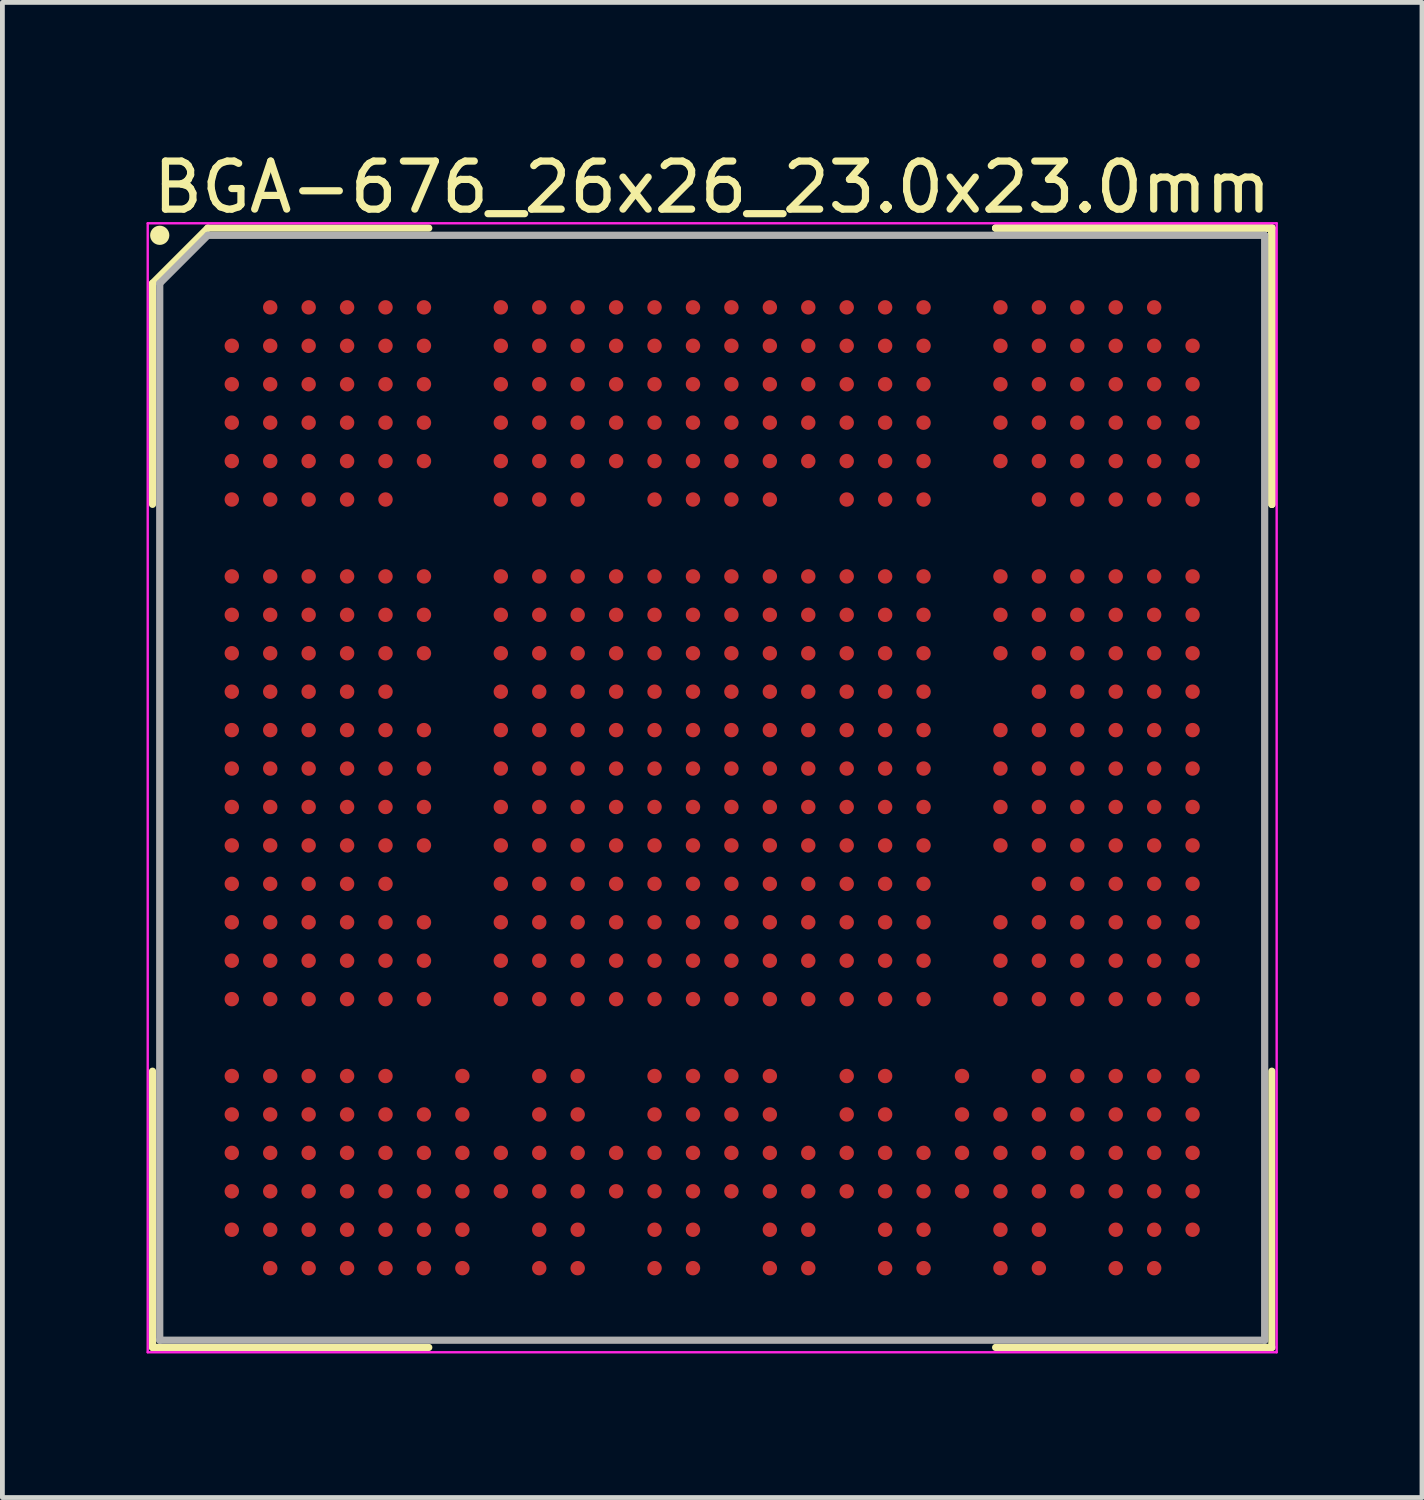
<source format=kicad_pcb>
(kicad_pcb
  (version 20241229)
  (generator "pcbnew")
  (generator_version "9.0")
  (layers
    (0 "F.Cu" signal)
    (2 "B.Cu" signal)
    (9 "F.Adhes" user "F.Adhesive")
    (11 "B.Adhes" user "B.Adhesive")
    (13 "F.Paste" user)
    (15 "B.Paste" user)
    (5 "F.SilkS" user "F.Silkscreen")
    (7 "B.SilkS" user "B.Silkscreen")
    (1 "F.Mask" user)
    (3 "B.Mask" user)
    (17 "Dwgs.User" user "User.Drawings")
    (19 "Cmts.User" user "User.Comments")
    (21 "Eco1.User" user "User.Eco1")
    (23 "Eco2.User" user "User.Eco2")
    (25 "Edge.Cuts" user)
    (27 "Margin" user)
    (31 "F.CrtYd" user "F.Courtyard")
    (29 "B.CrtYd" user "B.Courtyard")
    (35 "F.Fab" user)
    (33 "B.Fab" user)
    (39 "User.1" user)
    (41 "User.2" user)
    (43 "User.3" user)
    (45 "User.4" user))
  (footprint "BGA-676_26x26_23.0x23.0mm"
    (layer "F.Cu")
    (at 11.775 13.348)
    (property "Reference" "BGA-676_26x26_23.0x23.0mm" (at 0 -12.5 0) (layer "F.SilkS") (effects (font (size 1 1) (thickness 0.15))))
    (attr smd)
    (fp_line (start -11.65 -10.5) (end -11.65 -5.9) (stroke (width 0.15) (type solid)) (layer "F.SilkS"))
    (fp_line (start -11.65 11.65) (end -11.65 5.9) (stroke (width 0.15) (type solid)) (layer "F.SilkS"))
    (fp_line (start -10.5 -11.65) (end -11.65 -10.5) (stroke (width 0.15) (type solid)) (layer "F.SilkS"))
    (fp_line (start -5.9 -11.65) (end -10.5 -11.65) (stroke (width 0.15) (type solid)) (layer "F.SilkS"))
    (fp_line (start -5.9 11.65) (end -11.65 11.65) (stroke (width 0.15) (type solid)) (layer "F.SilkS"))
    (fp_line (start 5.9 -11.65) (end 11.65 -11.65) (stroke (width 0.15) (type solid)) (layer "F.SilkS"))
    (fp_line (start 5.9 -11.65) (end 11.65 -11.65) (stroke (width 0.15) (type solid)) (layer "F.SilkS"))
    (fp_line (start 5.9 -11.65) (end 11.65 -11.65) (stroke (width 0.15) (type solid)) (layer "F.SilkS"))
    (fp_line (start 5.9 11.65) (end 11.65 11.65) (stroke (width 0.15) (type solid)) (layer "F.SilkS"))
    (fp_line (start 11.65 -11.65) (end 11.65 -5.9) (stroke (width 0.15) (type solid)) (layer "F.SilkS"))
    (fp_line (start 11.65 -11.65) (end 11.65 -5.9) (stroke (width 0.15) (type solid)) (layer "F.SilkS"))
    (fp_line (start 11.65 -11.65) (end 11.65 -5.9) (stroke (width 0.15) (type solid)) (layer "F.SilkS"))
    (fp_line (start 11.65 11.65) (end 11.65 5.9) (stroke (width 0.15) (type solid)) (layer "F.SilkS"))
    (fp_circle (center -11.5 -11.5) (end -11.5 -11.4) (stroke (width 0.2) (type solid)) (fill no) (layer "F.SilkS"))
    (fp_line (start -11.75 -11.75) (end 11.75 -11.75) (stroke (width 0.05) (type solid)) (layer "F.CrtYd"))
    (fp_line (start -11.75 11.75) (end -11.75 -11.75) (stroke (width 0.05) (type solid)) (layer "F.CrtYd"))
    (fp_line (start 11.75 -11.75) (end 11.75 11.75) (stroke (width 0.05) (type solid)) (layer "F.CrtYd"))
    (fp_line (start 11.75 11.75) (end -11.75 11.75) (stroke (width 0.05) (type solid)) (layer "F.CrtYd"))
    (fp_line (start -11.5 -10.5) (end -11.5 11.5) (stroke (width 0.15) (type solid)) (layer "F.Fab"))
    (fp_line (start -11.5 11.5) (end 11.5 11.5) (stroke (width 0.15) (type solid)) (layer "F.Fab"))
    (fp_line (start -10.5 -11.5) (end -11.5 -10.5) (stroke (width 0.15) (type solid)) (layer "F.Fab"))
    (fp_line (start 11.5 -11.5) (end -10.5 -11.5) (stroke (width 0.15) (type solid)) (layer "F.Fab"))
    (fp_line (start 11.5 11.5) (end 11.5 -11.5) (stroke (width 0.15) (type solid)) (layer "F.Fab"))
    (pad "A2" smd circle (at -9.2 -10) (size 0.3 0.3) (layers "F.Cu" "F.Mask" "F.Paste"))
    (pad "A3" smd circle (at -8.4 -10) (size 0.3 0.3) (layers "F.Cu" "F.Mask" "F.Paste"))
    (pad "A4" smd circle (at -7.6 -10) (size 0.3 0.3) (layers "F.Cu" "F.Mask" "F.Paste"))
    (pad "A5" smd circle (at -6.8 -10) (size 0.3 0.3) (layers "F.Cu" "F.Mask" "F.Paste"))
    (pad "A6" smd circle (at -6 -10) (size 0.3 0.3) (layers "F.Cu" "F.Mask" "F.Paste"))
    (pad "A8" smd circle (at -4.4 -10) (size 0.3 0.3) (layers "F.Cu" "F.Mask" "F.Paste"))
    (pad "A9" smd circle (at -3.6 -10) (size 0.3 0.3) (layers "F.Cu" "F.Mask" "F.Paste"))
    (pad "A10" smd circle (at -2.8 -10) (size 0.3 0.3) (layers "F.Cu" "F.Mask" "F.Paste"))
    (pad "A11" smd circle (at -2 -10) (size 0.3 0.3) (layers "F.Cu" "F.Mask" "F.Paste"))
    (pad "A12" smd circle (at -1.2 -10) (size 0.3 0.3) (layers "F.Cu" "F.Mask" "F.Paste"))
    (pad "A13" smd circle (at -0.4 -10) (size 0.3 0.3) (layers "F.Cu" "F.Mask" "F.Paste"))
    (pad "A14" smd circle (at 0.4 -10) (size 0.3 0.3) (layers "F.Cu" "F.Mask" "F.Paste"))
    (pad "A15" smd circle (at 1.2 -10) (size 0.3 0.3) (layers "F.Cu" "F.Mask" "F.Paste"))
    (pad "A16" smd circle (at 2 -10) (size 0.3 0.3) (layers "F.Cu" "F.Mask" "F.Paste"))
    (pad "A17" smd circle (at 2.8 -10) (size 0.3 0.3) (layers "F.Cu" "F.Mask" "F.Paste"))
    (pad "A18" smd circle (at 3.6 -10) (size 0.3 0.3) (layers "F.Cu" "F.Mask" "F.Paste"))
    (pad "A19" smd circle (at 4.4 -10) (size 0.3 0.3) (layers "F.Cu" "F.Mask" "F.Paste"))
    (pad "A21" smd circle (at 6 -10) (size 0.3 0.3) (layers "F.Cu" "F.Mask" "F.Paste"))
    (pad "A22" smd circle (at 6.8 -10) (size 0.3 0.3) (layers "F.Cu" "F.Mask" "F.Paste"))
    (pad "A23" smd circle (at 7.6 -10) (size 0.3 0.3) (layers "F.Cu" "F.Mask" "F.Paste"))
    (pad "A24" smd circle (at 8.4 -10) (size 0.3 0.3) (layers "F.Cu" "F.Mask" "F.Paste"))
    (pad "A25" smd circle (at 9.2 -10) (size 0.3 0.3) (layers "F.Cu" "F.Mask" "F.Paste"))
    (pad "AA1" smd circle (at -10 6) (size 0.3 0.3) (layers "F.Cu" "F.Mask" "F.Paste"))
    (pad "AA2" smd circle (at -9.2 6) (size 0.3 0.3) (layers "F.Cu" "F.Mask" "F.Paste"))
    (pad "AA3" smd circle (at -8.4 6) (size 0.3 0.3) (layers "F.Cu" "F.Mask" "F.Paste"))
    (pad "AA4" smd circle (at -7.6 6) (size 0.3 0.3) (layers "F.Cu" "F.Mask" "F.Paste"))
    (pad "AA5" smd circle (at -6.8 6) (size 0.3 0.3) (layers "F.Cu" "F.Mask" "F.Paste"))
    (pad "AA7" smd circle (at -5.2 6) (size 0.3 0.3) (layers "F.Cu" "F.Mask" "F.Paste"))
    (pad "AA9" smd circle (at -3.6 6) (size 0.3 0.3) (layers "F.Cu" "F.Mask" "F.Paste"))
    (pad "AA10" smd circle (at -2.8 6) (size 0.3 0.3) (layers "F.Cu" "F.Mask" "F.Paste"))
    (pad "AA12" smd circle (at -1.2 6) (size 0.3 0.3) (layers "F.Cu" "F.Mask" "F.Paste"))
    (pad "AA13" smd circle (at -0.4 6) (size 0.3 0.3) (layers "F.Cu" "F.Mask" "F.Paste"))
    (pad "AA14" smd circle (at 0.4 6) (size 0.3 0.3) (layers "F.Cu" "F.Mask" "F.Paste"))
    (pad "AA15" smd circle (at 1.2 6) (size 0.3 0.3) (layers "F.Cu" "F.Mask" "F.Paste"))
    (pad "AA17" smd circle (at 2.8 6) (size 0.3 0.3) (layers "F.Cu" "F.Mask" "F.Paste"))
    (pad "AA18" smd circle (at 3.6 6) (size 0.3 0.3) (layers "F.Cu" "F.Mask" "F.Paste"))
    (pad "AA20" smd circle (at 5.2 6) (size 0.3 0.3) (layers "F.Cu" "F.Mask" "F.Paste"))
    (pad "AA22" smd circle (at 6.8 6) (size 0.3 0.3) (layers "F.Cu" "F.Mask" "F.Paste"))
    (pad "AA23" smd circle (at 7.6 6) (size 0.3 0.3) (layers "F.Cu" "F.Mask" "F.Paste"))
    (pad "AA24" smd circle (at 8.4 6) (size 0.3 0.3) (layers "F.Cu" "F.Mask" "F.Paste"))
    (pad "AA25" smd circle (at 9.2 6) (size 0.3 0.3) (layers "F.Cu" "F.Mask" "F.Paste"))
    (pad "AA26" smd circle (at 10 6) (size 0.3 0.3) (layers "F.Cu" "F.Mask" "F.Paste"))
    (pad "AB1" smd circle (at -10 6.8) (size 0.3 0.3) (layers "F.Cu" "F.Mask" "F.Paste"))
    (pad "AB2" smd circle (at -9.2 6.8) (size 0.3 0.3) (layers "F.Cu" "F.Mask" "F.Paste"))
    (pad "AB3" smd circle (at -8.4 6.8) (size 0.3 0.3) (layers "F.Cu" "F.Mask" "F.Paste"))
    (pad "AB4" smd circle (at -7.6 6.8) (size 0.3 0.3) (layers "F.Cu" "F.Mask" "F.Paste"))
    (pad "AB5" smd circle (at -6.8 6.8) (size 0.3 0.3) (layers "F.Cu" "F.Mask" "F.Paste"))
    (pad "AB6" smd circle (at -6 6.8) (size 0.3 0.3) (layers "F.Cu" "F.Mask" "F.Paste"))
    (pad "AB7" smd circle (at -5.2 6.8) (size 0.3 0.3) (layers "F.Cu" "F.Mask" "F.Paste"))
    (pad "AB9" smd circle (at -3.6 6.8) (size 0.3 0.3) (layers "F.Cu" "F.Mask" "F.Paste"))
    (pad "AB10" smd circle (at -2.8 6.8) (size 0.3 0.3) (layers "F.Cu" "F.Mask" "F.Paste"))
    (pad "AB12" smd circle (at -1.2 6.8) (size 0.3 0.3) (layers "F.Cu" "F.Mask" "F.Paste"))
    (pad "AB13" smd circle (at -0.4 6.8) (size 0.3 0.3) (layers "F.Cu" "F.Mask" "F.Paste"))
    (pad "AB14" smd circle (at 0.4 6.8) (size 0.3 0.3) (layers "F.Cu" "F.Mask" "F.Paste"))
    (pad "AB15" smd circle (at 1.2 6.8) (size 0.3 0.3) (layers "F.Cu" "F.Mask" "F.Paste"))
    (pad "AB17" smd circle (at 2.8 6.8) (size 0.3 0.3) (layers "F.Cu" "F.Mask" "F.Paste"))
    (pad "AB18" smd circle (at 3.6 6.8) (size 0.3 0.3) (layers "F.Cu" "F.Mask" "F.Paste"))
    (pad "AB20" smd circle (at 5.2 6.8) (size 0.3 0.3) (layers "F.Cu" "F.Mask" "F.Paste"))
    (pad "AB21" smd circle (at 6 6.8) (size 0.3 0.3) (layers "F.Cu" "F.Mask" "F.Paste"))
    (pad "AB22" smd circle (at 6.8 6.8) (size 0.3 0.3) (layers "F.Cu" "F.Mask" "F.Paste"))
    (pad "AB23" smd circle (at 7.6 6.8) (size 0.3 0.3) (layers "F.Cu" "F.Mask" "F.Paste"))
    (pad "AB24" smd circle (at 8.4 6.8) (size 0.3 0.3) (layers "F.Cu" "F.Mask" "F.Paste"))
    (pad "AB25" smd circle (at 9.2 6.8) (size 0.3 0.3) (layers "F.Cu" "F.Mask" "F.Paste"))
    (pad "AB26" smd circle (at 10 6.8) (size 0.3 0.3) (layers "F.Cu" "F.Mask" "F.Paste"))
    (pad "AC1" smd circle (at -10 7.6) (size 0.3 0.3) (layers "F.Cu" "F.Mask" "F.Paste"))
    (pad "AC2" smd circle (at -9.2 7.6) (size 0.3 0.3) (layers "F.Cu" "F.Mask" "F.Paste"))
    (pad "AC3" smd circle (at -8.4 7.6) (size 0.3 0.3) (layers "F.Cu" "F.Mask" "F.Paste"))
    (pad "AC4" smd circle (at -7.6 7.6) (size 0.3 0.3) (layers "F.Cu" "F.Mask" "F.Paste"))
    (pad "AC5" smd circle (at -6.8 7.6) (size 0.3 0.3) (layers "F.Cu" "F.Mask" "F.Paste"))
    (pad "AC6" smd circle (at -6 7.6) (size 0.3 0.3) (layers "F.Cu" "F.Mask" "F.Paste"))
    (pad "AC7" smd circle (at -5.2 7.6) (size 0.3 0.3) (layers "F.Cu" "F.Mask" "F.Paste"))
    (pad "AC8" smd circle (at -4.4 7.6) (size 0.3 0.3) (layers "F.Cu" "F.Mask" "F.Paste"))
    (pad "AC9" smd circle (at -3.6 7.6) (size 0.3 0.3) (layers "F.Cu" "F.Mask" "F.Paste"))
    (pad "AC10" smd circle (at -2.8 7.6) (size 0.3 0.3) (layers "F.Cu" "F.Mask" "F.Paste"))
    (pad "AC11" smd circle (at -2 7.6) (size 0.3 0.3) (layers "F.Cu" "F.Mask" "F.Paste"))
    (pad "AC12" smd circle (at -1.2 7.6) (size 0.3 0.3) (layers "F.Cu" "F.Mask" "F.Paste"))
    (pad "AC13" smd circle (at -0.4 7.6) (size 0.3 0.3) (layers "F.Cu" "F.Mask" "F.Paste"))
    (pad "AC14" smd circle (at 0.4 7.6) (size 0.3 0.3) (layers "F.Cu" "F.Mask" "F.Paste"))
    (pad "AC15" smd circle (at 1.2 7.6) (size 0.3 0.3) (layers "F.Cu" "F.Mask" "F.Paste"))
    (pad "AC16" smd circle (at 2 7.6) (size 0.3 0.3) (layers "F.Cu" "F.Mask" "F.Paste"))
    (pad "AC17" smd circle (at 2.8 7.6) (size 0.3 0.3) (layers "F.Cu" "F.Mask" "F.Paste"))
    (pad "AC18" smd circle (at 3.6 7.6) (size 0.3 0.3) (layers "F.Cu" "F.Mask" "F.Paste"))
    (pad "AC19" smd circle (at 4.4 7.6) (size 0.3 0.3) (layers "F.Cu" "F.Mask" "F.Paste"))
    (pad "AC20" smd circle (at 5.2 7.6) (size 0.3 0.3) (layers "F.Cu" "F.Mask" "F.Paste"))
    (pad "AC21" smd circle (at 6 7.6) (size 0.3 0.3) (layers "F.Cu" "F.Mask" "F.Paste"))
    (pad "AC22" smd circle (at 6.8 7.6) (size 0.3 0.3) (layers "F.Cu" "F.Mask" "F.Paste"))
    (pad "AC23" smd circle (at 7.6 7.6) (size 0.3 0.3) (layers "F.Cu" "F.Mask" "F.Paste"))
    (pad "AC24" smd circle (at 8.4 7.6) (size 0.3 0.3) (layers "F.Cu" "F.Mask" "F.Paste"))
    (pad "AC25" smd circle (at 9.2 7.6) (size 0.3 0.3) (layers "F.Cu" "F.Mask" "F.Paste"))
    (pad "AC26" smd circle (at 10 7.6) (size 0.3 0.3) (layers "F.Cu" "F.Mask" "F.Paste"))
    (pad "AD1" smd circle (at -10 8.4) (size 0.3 0.3) (layers "F.Cu" "F.Mask" "F.Paste"))
    (pad "AD2" smd circle (at -9.2 8.4) (size 0.3 0.3) (layers "F.Cu" "F.Mask" "F.Paste"))
    (pad "AD3" smd circle (at -8.4 8.4) (size 0.3 0.3) (layers "F.Cu" "F.Mask" "F.Paste"))
    (pad "AD4" smd circle (at -7.6 8.4) (size 0.3 0.3) (layers "F.Cu" "F.Mask" "F.Paste"))
    (pad "AD5" smd circle (at -6.8 8.4) (size 0.3 0.3) (layers "F.Cu" "F.Mask" "F.Paste"))
    (pad "AD6" smd circle (at -6 8.4) (size 0.3 0.3) (layers "F.Cu" "F.Mask" "F.Paste"))
    (pad "AD7" smd circle (at -5.2 8.4) (size 0.3 0.3) (layers "F.Cu" "F.Mask" "F.Paste"))
    (pad "AD8" smd circle (at -4.4 8.4) (size 0.3 0.3) (layers "F.Cu" "F.Mask" "F.Paste"))
    (pad "AD9" smd circle (at -3.6 8.4) (size 0.3 0.3) (layers "F.Cu" "F.Mask" "F.Paste"))
    (pad "AD10" smd circle (at -2.8 8.4) (size 0.3 0.3) (layers "F.Cu" "F.Mask" "F.Paste"))
    (pad "AD11" smd circle (at -2 8.4) (size 0.3 0.3) (layers "F.Cu" "F.Mask" "F.Paste"))
    (pad "AD12" smd circle (at -1.2 8.4) (size 0.3 0.3) (layers "F.Cu" "F.Mask" "F.Paste"))
    (pad "AD13" smd circle (at -0.4 8.4) (size 0.3 0.3) (layers "F.Cu" "F.Mask" "F.Paste"))
    (pad "AD14" smd circle (at 0.4 8.4) (size 0.3 0.3) (layers "F.Cu" "F.Mask" "F.Paste"))
    (pad "AD15" smd circle (at 1.2 8.4) (size 0.3 0.3) (layers "F.Cu" "F.Mask" "F.Paste"))
    (pad "AD16" smd circle (at 2 8.4) (size 0.3 0.3) (layers "F.Cu" "F.Mask" "F.Paste"))
    (pad "AD17" smd circle (at 2.8 8.4) (size 0.3 0.3) (layers "F.Cu" "F.Mask" "F.Paste"))
    (pad "AD18" smd circle (at 3.6 8.4) (size 0.3 0.3) (layers "F.Cu" "F.Mask" "F.Paste"))
    (pad "AD19" smd circle (at 4.4 8.4) (size 0.3 0.3) (layers "F.Cu" "F.Mask" "F.Paste"))
    (pad "AD20" smd circle (at 5.2 8.4) (size 0.3 0.3) (layers "F.Cu" "F.Mask" "F.Paste"))
    (pad "AD21" smd circle (at 6 8.4) (size 0.3 0.3) (layers "F.Cu" "F.Mask" "F.Paste"))
    (pad "AD22" smd circle (at 6.8 8.4) (size 0.3 0.3) (layers "F.Cu" "F.Mask" "F.Paste"))
    (pad "AD23" smd circle (at 7.6 8.4) (size 0.3 0.3) (layers "F.Cu" "F.Mask" "F.Paste"))
    (pad "AD24" smd circle (at 8.4 8.4) (size 0.3 0.3) (layers "F.Cu" "F.Mask" "F.Paste"))
    (pad "AD25" smd circle (at 9.2 8.4) (size 0.3 0.3) (layers "F.Cu" "F.Mask" "F.Paste"))
    (pad "AD26" smd circle (at 10 8.4) (size 0.3 0.3) (layers "F.Cu" "F.Mask" "F.Paste"))
    (pad "AE1" smd circle (at -10 9.2) (size 0.3 0.3) (layers "F.Cu" "F.Mask" "F.Paste"))
    (pad "AE2" smd circle (at -9.2 9.2) (size 0.3 0.3) (layers "F.Cu" "F.Mask" "F.Paste"))
    (pad "AE3" smd circle (at -8.4 9.2) (size 0.3 0.3) (layers "F.Cu" "F.Mask" "F.Paste"))
    (pad "AE4" smd circle (at -7.6 9.2) (size 0.3 0.3) (layers "F.Cu" "F.Mask" "F.Paste"))
    (pad "AE5" smd circle (at -6.8 9.2) (size 0.3 0.3) (layers "F.Cu" "F.Mask" "F.Paste"))
    (pad "AE6" smd circle (at -6 9.2) (size 0.3 0.3) (layers "F.Cu" "F.Mask" "F.Paste"))
    (pad "AE7" smd circle (at -5.2 9.2) (size 0.3 0.3) (layers "F.Cu" "F.Mask" "F.Paste"))
    (pad "AE9" smd circle (at -3.6 9.2) (size 0.3 0.3) (layers "F.Cu" "F.Mask" "F.Paste"))
    (pad "AE10" smd circle (at -2.8 9.2) (size 0.3 0.3) (layers "F.Cu" "F.Mask" "F.Paste"))
    (pad "AE12" smd circle (at -1.2 9.2) (size 0.3 0.3) (layers "F.Cu" "F.Mask" "F.Paste"))
    (pad "AE13" smd circle (at -0.4 9.2) (size 0.3 0.3) (layers "F.Cu" "F.Mask" "F.Paste"))
    (pad "AE15" smd circle (at 1.2 9.2) (size 0.3 0.3) (layers "F.Cu" "F.Mask" "F.Paste"))
    (pad "AE16" smd circle (at 2 9.2) (size 0.3 0.3) (layers "F.Cu" "F.Mask" "F.Paste"))
    (pad "AE18" smd circle (at 3.6 9.2) (size 0.3 0.3) (layers "F.Cu" "F.Mask" "F.Paste"))
    (pad "AE19" smd circle (at 4.4 9.2) (size 0.3 0.3) (layers "F.Cu" "F.Mask" "F.Paste"))
    (pad "AE21" smd circle (at 6 9.2) (size 0.3 0.3) (layers "F.Cu" "F.Mask" "F.Paste"))
    (pad "AE22" smd circle (at 6.8 9.2) (size 0.3 0.3) (layers "F.Cu" "F.Mask" "F.Paste"))
    (pad "AE24" smd circle (at 8.4 9.2) (size 0.3 0.3) (layers "F.Cu" "F.Mask" "F.Paste"))
    (pad "AE25" smd circle (at 9.2 9.2) (size 0.3 0.3) (layers "F.Cu" "F.Mask" "F.Paste"))
    (pad "AE26" smd circle (at 10 9.2) (size 0.3 0.3) (layers "F.Cu" "F.Mask" "F.Paste"))
    (pad "AF2" smd circle (at -9.2 10) (size 0.3 0.3) (layers "F.Cu" "F.Mask" "F.Paste"))
    (pad "AF3" smd circle (at -8.4 10) (size 0.3 0.3) (layers "F.Cu" "F.Mask" "F.Paste"))
    (pad "AF4" smd circle (at -7.6 10) (size 0.3 0.3) (layers "F.Cu" "F.Mask" "F.Paste"))
    (pad "AF5" smd circle (at -6.8 10) (size 0.3 0.3) (layers "F.Cu" "F.Mask" "F.Paste"))
    (pad "AF6" smd circle (at -6 10) (size 0.3 0.3) (layers "F.Cu" "F.Mask" "F.Paste"))
    (pad "AF7" smd circle (at -5.2 10) (size 0.3 0.3) (layers "F.Cu" "F.Mask" "F.Paste"))
    (pad "AF9" smd circle (at -3.6 10) (size 0.3 0.3) (layers "F.Cu" "F.Mask" "F.Paste"))
    (pad "AF10" smd circle (at -2.8 10) (size 0.3 0.3) (layers "F.Cu" "F.Mask" "F.Paste"))
    (pad "AF12" smd circle (at -1.2 10) (size 0.3 0.3) (layers "F.Cu" "F.Mask" "F.Paste"))
    (pad "AF13" smd circle (at -0.4 10) (size 0.3 0.3) (layers "F.Cu" "F.Mask" "F.Paste"))
    (pad "AF15" smd circle (at 1.2 10) (size 0.3 0.3) (layers "F.Cu" "F.Mask" "F.Paste"))
    (pad "AF16" smd circle (at 2 10) (size 0.3 0.3) (layers "F.Cu" "F.Mask" "F.Paste"))
    (pad "AF18" smd circle (at 3.6 10) (size 0.3 0.3) (layers "F.Cu" "F.Mask" "F.Paste"))
    (pad "AF19" smd circle (at 4.4 10) (size 0.3 0.3) (layers "F.Cu" "F.Mask" "F.Paste"))
    (pad "AF21" smd circle (at 6 10) (size 0.3 0.3) (layers "F.Cu" "F.Mask" "F.Paste"))
    (pad "AF22" smd circle (at 6.8 10) (size 0.3 0.3) (layers "F.Cu" "F.Mask" "F.Paste"))
    (pad "AF24" smd circle (at 8.4 10) (size 0.3 0.3) (layers "F.Cu" "F.Mask" "F.Paste"))
    (pad "AF25" smd circle (at 9.2 10) (size 0.3 0.3) (layers "F.Cu" "F.Mask" "F.Paste"))
    (pad "B1" smd circle (at -10 -9.2) (size 0.3 0.3) (layers "F.Cu" "F.Mask" "F.Paste"))
    (pad "B2" smd circle (at -9.2 -9.2) (size 0.3 0.3) (layers "F.Cu" "F.Mask" "F.Paste"))
    (pad "B3" smd circle (at -8.4 -9.2) (size 0.3 0.3) (layers "F.Cu" "F.Mask" "F.Paste"))
    (pad "B4" smd circle (at -7.6 -9.2) (size 0.3 0.3) (layers "F.Cu" "F.Mask" "F.Paste"))
    (pad "B5" smd circle (at -6.8 -9.2) (size 0.3 0.3) (layers "F.Cu" "F.Mask" "F.Paste"))
    (pad "B6" smd circle (at -6 -9.2) (size 0.3 0.3) (layers "F.Cu" "F.Mask" "F.Paste"))
    (pad "B8" smd circle (at -4.4 -9.2) (size 0.3 0.3) (layers "F.Cu" "F.Mask" "F.Paste"))
    (pad "B9" smd circle (at -3.6 -9.2) (size 0.3 0.3) (layers "F.Cu" "F.Mask" "F.Paste"))
    (pad "B10" smd circle (at -2.8 -9.2) (size 0.3 0.3) (layers "F.Cu" "F.Mask" "F.Paste"))
    (pad "B11" smd circle (at -2 -9.2) (size 0.3 0.3) (layers "F.Cu" "F.Mask" "F.Paste"))
    (pad "B12" smd circle (at -1.2 -9.2) (size 0.3 0.3) (layers "F.Cu" "F.Mask" "F.Paste"))
    (pad "B13" smd circle (at -0.4 -9.2) (size 0.3 0.3) (layers "F.Cu" "F.Mask" "F.Paste"))
    (pad "B14" smd circle (at 0.4 -9.2) (size 0.3 0.3) (layers "F.Cu" "F.Mask" "F.Paste"))
    (pad "B15" smd circle (at 1.2 -9.2) (size 0.3 0.3) (layers "F.Cu" "F.Mask" "F.Paste"))
    (pad "B16" smd circle (at 2 -9.2) (size 0.3 0.3) (layers "F.Cu" "F.Mask" "F.Paste"))
    (pad "B17" smd circle (at 2.8 -9.2) (size 0.3 0.3) (layers "F.Cu" "F.Mask" "F.Paste"))
    (pad "B18" smd circle (at 3.6 -9.2) (size 0.3 0.3) (layers "F.Cu" "F.Mask" "F.Paste"))
    (pad "B19" smd circle (at 4.4 -9.2) (size 0.3 0.3) (layers "F.Cu" "F.Mask" "F.Paste"))
    (pad "B21" smd circle (at 6 -9.2) (size 0.3 0.3) (layers "F.Cu" "F.Mask" "F.Paste"))
    (pad "B22" smd circle (at 6.8 -9.2) (size 0.3 0.3) (layers "F.Cu" "F.Mask" "F.Paste"))
    (pad "B23" smd circle (at 7.6 -9.2) (size 0.3 0.3) (layers "F.Cu" "F.Mask" "F.Paste"))
    (pad "B24" smd circle (at 8.4 -9.2) (size 0.3 0.3) (layers "F.Cu" "F.Mask" "F.Paste"))
    (pad "B25" smd circle (at 9.2 -9.2) (size 0.3 0.3) (layers "F.Cu" "F.Mask" "F.Paste"))
    (pad "B26" smd circle (at 10 -9.2) (size 0.3 0.3) (layers "F.Cu" "F.Mask" "F.Paste"))
    (pad "C1" smd circle (at -10 -8.4) (size 0.3 0.3) (layers "F.Cu" "F.Mask" "F.Paste"))
    (pad "C2" smd circle (at -9.2 -8.4) (size 0.3 0.3) (layers "F.Cu" "F.Mask" "F.Paste"))
    (pad "C3" smd circle (at -8.4 -8.4) (size 0.3 0.3) (layers "F.Cu" "F.Mask" "F.Paste"))
    (pad "C4" smd circle (at -7.6 -8.4) (size 0.3 0.3) (layers "F.Cu" "F.Mask" "F.Paste"))
    (pad "C5" smd circle (at -6.8 -8.4) (size 0.3 0.3) (layers "F.Cu" "F.Mask" "F.Paste"))
    (pad "C6" smd circle (at -6 -8.4) (size 0.3 0.3) (layers "F.Cu" "F.Mask" "F.Paste"))
    (pad "C8" smd circle (at -4.4 -8.4) (size 0.3 0.3) (layers "F.Cu" "F.Mask" "F.Paste"))
    (pad "C9" smd circle (at -3.6 -8.4) (size 0.3 0.3) (layers "F.Cu" "F.Mask" "F.Paste"))
    (pad "C10" smd circle (at -2.8 -8.4) (size 0.3 0.3) (layers "F.Cu" "F.Mask" "F.Paste"))
    (pad "C11" smd circle (at -2 -8.4) (size 0.3 0.3) (layers "F.Cu" "F.Mask" "F.Paste"))
    (pad "C12" smd circle (at -1.2 -8.4) (size 0.3 0.3) (layers "F.Cu" "F.Mask" "F.Paste"))
    (pad "C13" smd circle (at -0.4 -8.4) (size 0.3 0.3) (layers "F.Cu" "F.Mask" "F.Paste"))
    (pad "C14" smd circle (at 0.4 -8.4) (size 0.3 0.3) (layers "F.Cu" "F.Mask" "F.Paste"))
    (pad "C15" smd circle (at 1.2 -8.4) (size 0.3 0.3) (layers "F.Cu" "F.Mask" "F.Paste"))
    (pad "C16" smd circle (at 2 -8.4) (size 0.3 0.3) (layers "F.Cu" "F.Mask" "F.Paste"))
    (pad "C17" smd circle (at 2.8 -8.4) (size 0.3 0.3) (layers "F.Cu" "F.Mask" "F.Paste"))
    (pad "C18" smd circle (at 3.6 -8.4) (size 0.3 0.3) (layers "F.Cu" "F.Mask" "F.Paste"))
    (pad "C19" smd circle (at 4.4 -8.4) (size 0.3 0.3) (layers "F.Cu" "F.Mask" "F.Paste"))
    (pad "C21" smd circle (at 6 -8.4) (size 0.3 0.3) (layers "F.Cu" "F.Mask" "F.Paste"))
    (pad "C22" smd circle (at 6.8 -8.4) (size 0.3 0.3) (layers "F.Cu" "F.Mask" "F.Paste"))
    (pad "C23" smd circle (at 7.6 -8.4) (size 0.3 0.3) (layers "F.Cu" "F.Mask" "F.Paste"))
    (pad "C24" smd circle (at 8.4 -8.4) (size 0.3 0.3) (layers "F.Cu" "F.Mask" "F.Paste"))
    (pad "C25" smd circle (at 9.2 -8.4) (size 0.3 0.3) (layers "F.Cu" "F.Mask" "F.Paste"))
    (pad "C26" smd circle (at 10 -8.4) (size 0.3 0.3) (layers "F.Cu" "F.Mask" "F.Paste"))
    (pad "D1" smd circle (at -10 -7.6) (size 0.3 0.3) (layers "F.Cu" "F.Mask" "F.Paste"))
    (pad "D2" smd circle (at -9.2 -7.6) (size 0.3 0.3) (layers "F.Cu" "F.Mask" "F.Paste"))
    (pad "D3" smd circle (at -8.4 -7.6) (size 0.3 0.3) (layers "F.Cu" "F.Mask" "F.Paste"))
    (pad "D4" smd circle (at -7.6 -7.6) (size 0.3 0.3) (layers "F.Cu" "F.Mask" "F.Paste"))
    (pad "D5" smd circle (at -6.8 -7.6) (size 0.3 0.3) (layers "F.Cu" "F.Mask" "F.Paste"))
    (pad "D6" smd circle (at -6 -7.6) (size 0.3 0.3) (layers "F.Cu" "F.Mask" "F.Paste"))
    (pad "D8" smd circle (at -4.4 -7.6) (size 0.3 0.3) (layers "F.Cu" "F.Mask" "F.Paste"))
    (pad "D9" smd circle (at -3.6 -7.6) (size 0.3 0.3) (layers "F.Cu" "F.Mask" "F.Paste"))
    (pad "D10" smd circle (at -2.8 -7.6) (size 0.3 0.3) (layers "F.Cu" "F.Mask" "F.Paste"))
    (pad "D11" smd circle (at -2 -7.6) (size 0.3 0.3) (layers "F.Cu" "F.Mask" "F.Paste"))
    (pad "D12" smd circle (at -1.2 -7.6) (size 0.3 0.3) (layers "F.Cu" "F.Mask" "F.Paste"))
    (pad "D13" smd circle (at -0.4 -7.6) (size 0.3 0.3) (layers "F.Cu" "F.Mask" "F.Paste"))
    (pad "D14" smd circle (at 0.4 -7.6) (size 0.3 0.3) (layers "F.Cu" "F.Mask" "F.Paste"))
    (pad "D15" smd circle (at 1.2 -7.6) (size 0.3 0.3) (layers "F.Cu" "F.Mask" "F.Paste"))
    (pad "D16" smd circle (at 2 -7.6) (size 0.3 0.3) (layers "F.Cu" "F.Mask" "F.Paste"))
    (pad "D17" smd circle (at 2.8 -7.6) (size 0.3 0.3) (layers "F.Cu" "F.Mask" "F.Paste"))
    (pad "D18" smd circle (at 3.6 -7.6) (size 0.3 0.3) (layers "F.Cu" "F.Mask" "F.Paste"))
    (pad "D19" smd circle (at 4.4 -7.6) (size 0.3 0.3) (layers "F.Cu" "F.Mask" "F.Paste"))
    (pad "D21" smd circle (at 6 -7.6) (size 0.3 0.3) (layers "F.Cu" "F.Mask" "F.Paste"))
    (pad "D22" smd circle (at 6.8 -7.6) (size 0.3 0.3) (layers "F.Cu" "F.Mask" "F.Paste"))
    (pad "D23" smd circle (at 7.6 -7.6) (size 0.3 0.3) (layers "F.Cu" "F.Mask" "F.Paste"))
    (pad "D24" smd circle (at 8.4 -7.6) (size 0.3 0.3) (layers "F.Cu" "F.Mask" "F.Paste"))
    (pad "D25" smd circle (at 9.2 -7.6) (size 0.3 0.3) (layers "F.Cu" "F.Mask" "F.Paste"))
    (pad "D26" smd circle (at 10 -7.6) (size 0.3 0.3) (layers "F.Cu" "F.Mask" "F.Paste"))
    (pad "E1" smd circle (at -10 -6.8) (size 0.3 0.3) (layers "F.Cu" "F.Mask" "F.Paste"))
    (pad "E2" smd circle (at -9.2 -6.8) (size 0.3 0.3) (layers "F.Cu" "F.Mask" "F.Paste"))
    (pad "E3" smd circle (at -8.4 -6.8) (size 0.3 0.3) (layers "F.Cu" "F.Mask" "F.Paste"))
    (pad "E4" smd circle (at -7.6 -6.8) (size 0.3 0.3) (layers "F.Cu" "F.Mask" "F.Paste"))
    (pad "E5" smd circle (at -6.8 -6.8) (size 0.3 0.3) (layers "F.Cu" "F.Mask" "F.Paste"))
    (pad "E6" smd circle (at -6 -6.8) (size 0.3 0.3) (layers "F.Cu" "F.Mask" "F.Paste"))
    (pad "E8" smd circle (at -4.4 -6.8) (size 0.3 0.3) (layers "F.Cu" "F.Mask" "F.Paste"))
    (pad "E9" smd circle (at -3.6 -6.8) (size 0.3 0.3) (layers "F.Cu" "F.Mask" "F.Paste"))
    (pad "E10" smd circle (at -2.8 -6.8) (size 0.3 0.3) (layers "F.Cu" "F.Mask" "F.Paste"))
    (pad "E11" smd circle (at -2 -6.8) (size 0.3 0.3) (layers "F.Cu" "F.Mask" "F.Paste"))
    (pad "E12" smd circle (at -1.2 -6.8) (size 0.3 0.3) (layers "F.Cu" "F.Mask" "F.Paste"))
    (pad "E13" smd circle (at -0.4 -6.8) (size 0.3 0.3) (layers "F.Cu" "F.Mask" "F.Paste"))
    (pad "E14" smd circle (at 0.4 -6.8) (size 0.3 0.3) (layers "F.Cu" "F.Mask" "F.Paste"))
    (pad "E15" smd circle (at 1.2 -6.8) (size 0.3 0.3) (layers "F.Cu" "F.Mask" "F.Paste"))
    (pad "E16" smd circle (at 2 -6.8) (size 0.3 0.3) (layers "F.Cu" "F.Mask" "F.Paste"))
    (pad "E17" smd circle (at 2.8 -6.8) (size 0.3 0.3) (layers "F.Cu" "F.Mask" "F.Paste"))
    (pad "E18" smd circle (at 3.6 -6.8) (size 0.3 0.3) (layers "F.Cu" "F.Mask" "F.Paste"))
    (pad "E19" smd circle (at 4.4 -6.8) (size 0.3 0.3) (layers "F.Cu" "F.Mask" "F.Paste"))
    (pad "E21" smd circle (at 6 -6.8) (size 0.3 0.3) (layers "F.Cu" "F.Mask" "F.Paste"))
    (pad "E22" smd circle (at 6.8 -6.8) (size 0.3 0.3) (layers "F.Cu" "F.Mask" "F.Paste"))
    (pad "E23" smd circle (at 7.6 -6.8) (size 0.3 0.3) (layers "F.Cu" "F.Mask" "F.Paste"))
    (pad "E24" smd circle (at 8.4 -6.8) (size 0.3 0.3) (layers "F.Cu" "F.Mask" "F.Paste"))
    (pad "E25" smd circle (at 9.2 -6.8) (size 0.3 0.3) (layers "F.Cu" "F.Mask" "F.Paste"))
    (pad "E26" smd circle (at 10 -6.8) (size 0.3 0.3) (layers "F.Cu" "F.Mask" "F.Paste"))
    (pad "F1" smd circle (at -10 -6) (size 0.3 0.3) (layers "F.Cu" "F.Mask" "F.Paste"))
    (pad "F2" smd circle (at -9.2 -6) (size 0.3 0.3) (layers "F.Cu" "F.Mask" "F.Paste"))
    (pad "F3" smd circle (at -8.4 -6) (size 0.3 0.3) (layers "F.Cu" "F.Mask" "F.Paste"))
    (pad "F4" smd circle (at -7.6 -6) (size 0.3 0.3) (layers "F.Cu" "F.Mask" "F.Paste"))
    (pad "F5" smd circle (at -6.8 -6) (size 0.3 0.3) (layers "F.Cu" "F.Mask" "F.Paste"))
    (pad "F8" smd circle (at -4.4 -6) (size 0.3 0.3) (layers "F.Cu" "F.Mask" "F.Paste"))
    (pad "F9" smd circle (at -3.6 -6) (size 0.3 0.3) (layers "F.Cu" "F.Mask" "F.Paste"))
    (pad "F10" smd circle (at -2.8 -6) (size 0.3 0.3) (layers "F.Cu" "F.Mask" "F.Paste"))
    (pad "F12" smd circle (at -1.2 -6) (size 0.3 0.3) (layers "F.Cu" "F.Mask" "F.Paste"))
    (pad "F13" smd circle (at -0.4 -6) (size 0.3 0.3) (layers "F.Cu" "F.Mask" "F.Paste"))
    (pad "F14" smd circle (at 0.4 -6) (size 0.3 0.3) (layers "F.Cu" "F.Mask" "F.Paste"))
    (pad "F15" smd circle (at 1.2 -6) (size 0.3 0.3) (layers "F.Cu" "F.Mask" "F.Paste"))
    (pad "F17" smd circle (at 2.8 -6) (size 0.3 0.3) (layers "F.Cu" "F.Mask" "F.Paste"))
    (pad "F18" smd circle (at 3.6 -6) (size 0.3 0.3) (layers "F.Cu" "F.Mask" "F.Paste"))
    (pad "F19" smd circle (at 4.4 -6) (size 0.3 0.3) (layers "F.Cu" "F.Mask" "F.Paste"))
    (pad "F22" smd circle (at 6.8 -6) (size 0.3 0.3) (layers "F.Cu" "F.Mask" "F.Paste"))
    (pad "F23" smd circle (at 7.6 -6) (size 0.3 0.3) (layers "F.Cu" "F.Mask" "F.Paste"))
    (pad "F24" smd circle (at 8.4 -6) (size 0.3 0.3) (layers "F.Cu" "F.Mask" "F.Paste"))
    (pad "F25" smd circle (at 9.2 -6) (size 0.3 0.3) (layers "F.Cu" "F.Mask" "F.Paste"))
    (pad "F26" smd circle (at 10 -6) (size 0.3 0.3) (layers "F.Cu" "F.Mask" "F.Paste"))
    (pad "H1" smd circle (at -10 -4.4) (size 0.3 0.3) (layers "F.Cu" "F.Mask" "F.Paste"))
    (pad "H2" smd circle (at -9.2 -4.4) (size 0.3 0.3) (layers "F.Cu" "F.Mask" "F.Paste"))
    (pad "H3" smd circle (at -8.4 -4.4) (size 0.3 0.3) (layers "F.Cu" "F.Mask" "F.Paste"))
    (pad "H4" smd circle (at -7.6 -4.4) (size 0.3 0.3) (layers "F.Cu" "F.Mask" "F.Paste"))
    (pad "H5" smd circle (at -6.8 -4.4) (size 0.3 0.3) (layers "F.Cu" "F.Mask" "F.Paste"))
    (pad "H6" smd circle (at -6 -4.4) (size 0.3 0.3) (layers "F.Cu" "F.Mask" "F.Paste"))
    (pad "H8" smd circle (at -4.4 -4.4) (size 0.3 0.3) (layers "F.Cu" "F.Mask" "F.Paste"))
    (pad "H9" smd circle (at -3.6 -4.4) (size 0.3 0.3) (layers "F.Cu" "F.Mask" "F.Paste"))
    (pad "H10" smd circle (at -2.8 -4.4) (size 0.3 0.3) (layers "F.Cu" "F.Mask" "F.Paste"))
    (pad "H11" smd circle (at -2 -4.4) (size 0.3 0.3) (layers "F.Cu" "F.Mask" "F.Paste"))
    (pad "H12" smd circle (at -1.2 -4.4) (size 0.3 0.3) (layers "F.Cu" "F.Mask" "F.Paste"))
    (pad "H13" smd circle (at -0.4 -4.4) (size 0.3 0.3) (layers "F.Cu" "F.Mask" "F.Paste"))
    (pad "H14" smd circle (at 0.4 -4.4) (size 0.3 0.3) (layers "F.Cu" "F.Mask" "F.Paste"))
    (pad "H15" smd circle (at 1.2 -4.4) (size 0.3 0.3) (layers "F.Cu" "F.Mask" "F.Paste"))
    (pad "H16" smd circle (at 2 -4.4) (size 0.3 0.3) (layers "F.Cu" "F.Mask" "F.Paste"))
    (pad "H17" smd circle (at 2.8 -4.4) (size 0.3 0.3) (layers "F.Cu" "F.Mask" "F.Paste"))
    (pad "H18" smd circle (at 3.6 -4.4) (size 0.3 0.3) (layers "F.Cu" "F.Mask" "F.Paste"))
    (pad "H19" smd circle (at 4.4 -4.4) (size 0.3 0.3) (layers "F.Cu" "F.Mask" "F.Paste"))
    (pad "H21" smd circle (at 6 -4.4) (size 0.3 0.3) (layers "F.Cu" "F.Mask" "F.Paste"))
    (pad "H22" smd circle (at 6.8 -4.4) (size 0.3 0.3) (layers "F.Cu" "F.Mask" "F.Paste"))
    (pad "H23" smd circle (at 7.6 -4.4) (size 0.3 0.3) (layers "F.Cu" "F.Mask" "F.Paste"))
    (pad "H24" smd circle (at 8.4 -4.4) (size 0.3 0.3) (layers "F.Cu" "F.Mask" "F.Paste"))
    (pad "H25" smd circle (at 9.2 -4.4) (size 0.3 0.3) (layers "F.Cu" "F.Mask" "F.Paste"))
    (pad "H26" smd circle (at 10 -4.4) (size 0.3 0.3) (layers "F.Cu" "F.Mask" "F.Paste"))
    (pad "J1" smd circle (at -10 -3.6) (size 0.3 0.3) (layers "F.Cu" "F.Mask" "F.Paste"))
    (pad "J2" smd circle (at -9.2 -3.6) (size 0.3 0.3) (layers "F.Cu" "F.Mask" "F.Paste"))
    (pad "J3" smd circle (at -8.4 -3.6) (size 0.3 0.3) (layers "F.Cu" "F.Mask" "F.Paste"))
    (pad "J4" smd circle (at -7.6 -3.6) (size 0.3 0.3) (layers "F.Cu" "F.Mask" "F.Paste"))
    (pad "J5" smd circle (at -6.8 -3.6) (size 0.3 0.3) (layers "F.Cu" "F.Mask" "F.Paste"))
    (pad "J6" smd circle (at -6 -3.6) (size 0.3 0.3) (layers "F.Cu" "F.Mask" "F.Paste"))
    (pad "J8" smd circle (at -4.4 -3.6) (size 0.3 0.3) (layers "F.Cu" "F.Mask" "F.Paste"))
    (pad "J9" smd circle (at -3.6 -3.6) (size 0.3 0.3) (layers "F.Cu" "F.Mask" "F.Paste"))
    (pad "J10" smd circle (at -2.8 -3.6) (size 0.3 0.3) (layers "F.Cu" "F.Mask" "F.Paste"))
    (pad "J11" smd circle (at -2 -3.6) (size 0.3 0.3) (layers "F.Cu" "F.Mask" "F.Paste"))
    (pad "J12" smd circle (at -1.2 -3.6) (size 0.3 0.3) (layers "F.Cu" "F.Mask" "F.Paste"))
    (pad "J13" smd circle (at -0.4 -3.6) (size 0.3 0.3) (layers "F.Cu" "F.Mask" "F.Paste"))
    (pad "J14" smd circle (at 0.4 -3.6) (size 0.3 0.3) (layers "F.Cu" "F.Mask" "F.Paste"))
    (pad "J15" smd circle (at 1.2 -3.6) (size 0.3 0.3) (layers "F.Cu" "F.Mask" "F.Paste"))
    (pad "J16" smd circle (at 2 -3.6) (size 0.3 0.3) (layers "F.Cu" "F.Mask" "F.Paste"))
    (pad "J17" smd circle (at 2.8 -3.6) (size 0.3 0.3) (layers "F.Cu" "F.Mask" "F.Paste"))
    (pad "J18" smd circle (at 3.6 -3.6) (size 0.3 0.3) (layers "F.Cu" "F.Mask" "F.Paste"))
    (pad "J19" smd circle (at 4.4 -3.6) (size 0.3 0.3) (layers "F.Cu" "F.Mask" "F.Paste"))
    (pad "J21" smd circle (at 6 -3.6) (size 0.3 0.3) (layers "F.Cu" "F.Mask" "F.Paste"))
    (pad "J22" smd circle (at 6.8 -3.6) (size 0.3 0.3) (layers "F.Cu" "F.Mask" "F.Paste"))
    (pad "J23" smd circle (at 7.6 -3.6) (size 0.3 0.3) (layers "F.Cu" "F.Mask" "F.Paste"))
    (pad "J24" smd circle (at 8.4 -3.6) (size 0.3 0.3) (layers "F.Cu" "F.Mask" "F.Paste"))
    (pad "J25" smd circle (at 9.2 -3.6) (size 0.3 0.3) (layers "F.Cu" "F.Mask" "F.Paste"))
    (pad "J26" smd circle (at 10 -3.6) (size 0.3 0.3) (layers "F.Cu" "F.Mask" "F.Paste"))
    (pad "K1" smd circle (at -10 -2.8) (size 0.3 0.3) (layers "F.Cu" "F.Mask" "F.Paste"))
    (pad "K2" smd circle (at -9.2 -2.8) (size 0.3 0.3) (layers "F.Cu" "F.Mask" "F.Paste"))
    (pad "K3" smd circle (at -8.4 -2.8) (size 0.3 0.3) (layers "F.Cu" "F.Mask" "F.Paste"))
    (pad "K4" smd circle (at -7.6 -2.8) (size 0.3 0.3) (layers "F.Cu" "F.Mask" "F.Paste"))
    (pad "K5" smd circle (at -6.8 -2.8) (size 0.3 0.3) (layers "F.Cu" "F.Mask" "F.Paste"))
    (pad "K6" smd circle (at -6 -2.8) (size 0.3 0.3) (layers "F.Cu" "F.Mask" "F.Paste"))
    (pad "K8" smd circle (at -4.4 -2.8) (size 0.3 0.3) (layers "F.Cu" "F.Mask" "F.Paste"))
    (pad "K9" smd circle (at -3.6 -2.8) (size 0.3 0.3) (layers "F.Cu" "F.Mask" "F.Paste"))
    (pad "K10" smd circle (at -2.8 -2.8) (size 0.3 0.3) (layers "F.Cu" "F.Mask" "F.Paste"))
    (pad "K11" smd circle (at -2 -2.8) (size 0.3 0.3) (layers "F.Cu" "F.Mask" "F.Paste"))
    (pad "K12" smd circle (at -1.2 -2.8) (size 0.3 0.3) (layers "F.Cu" "F.Mask" "F.Paste"))
    (pad "K13" smd circle (at -0.4 -2.8) (size 0.3 0.3) (layers "F.Cu" "F.Mask" "F.Paste"))
    (pad "K14" smd circle (at 0.4 -2.8) (size 0.3 0.3) (layers "F.Cu" "F.Mask" "F.Paste"))
    (pad "K15" smd circle (at 1.2 -2.8) (size 0.3 0.3) (layers "F.Cu" "F.Mask" "F.Paste"))
    (pad "K16" smd circle (at 2 -2.8) (size 0.3 0.3) (layers "F.Cu" "F.Mask" "F.Paste"))
    (pad "K17" smd circle (at 2.8 -2.8) (size 0.3 0.3) (layers "F.Cu" "F.Mask" "F.Paste"))
    (pad "K18" smd circle (at 3.6 -2.8) (size 0.3 0.3) (layers "F.Cu" "F.Mask" "F.Paste"))
    (pad "K19" smd circle (at 4.4 -2.8) (size 0.3 0.3) (layers "F.Cu" "F.Mask" "F.Paste"))
    (pad "K21" smd circle (at 6 -2.8) (size 0.3 0.3) (layers "F.Cu" "F.Mask" "F.Paste"))
    (pad "K22" smd circle (at 6.8 -2.8) (size 0.3 0.3) (layers "F.Cu" "F.Mask" "F.Paste"))
    (pad "K23" smd circle (at 7.6 -2.8) (size 0.3 0.3) (layers "F.Cu" "F.Mask" "F.Paste"))
    (pad "K24" smd circle (at 8.4 -2.8) (size 0.3 0.3) (layers "F.Cu" "F.Mask" "F.Paste"))
    (pad "K25" smd circle (at 9.2 -2.8) (size 0.3 0.3) (layers "F.Cu" "F.Mask" "F.Paste"))
    (pad "K26" smd circle (at 10 -2.8) (size 0.3 0.3) (layers "F.Cu" "F.Mask" "F.Paste"))
    (pad "L1" smd circle (at -10 -2) (size 0.3 0.3) (layers "F.Cu" "F.Mask" "F.Paste"))
    (pad "L2" smd circle (at -9.2 -2) (size 0.3 0.3) (layers "F.Cu" "F.Mask" "F.Paste"))
    (pad "L3" smd circle (at -8.4 -2) (size 0.3 0.3) (layers "F.Cu" "F.Mask" "F.Paste"))
    (pad "L4" smd circle (at -7.6 -2) (size 0.3 0.3) (layers "F.Cu" "F.Mask" "F.Paste"))
    (pad "L5" smd circle (at -6.8 -2) (size 0.3 0.3) (layers "F.Cu" "F.Mask" "F.Paste"))
    (pad "L8" smd circle (at -4.4 -2) (size 0.3 0.3) (layers "F.Cu" "F.Mask" "F.Paste"))
    (pad "L9" smd circle (at -3.6 -2) (size 0.3 0.3) (layers "F.Cu" "F.Mask" "F.Paste"))
    (pad "L10" smd circle (at -2.8 -2) (size 0.3 0.3) (layers "F.Cu" "F.Mask" "F.Paste"))
    (pad "L11" smd circle (at -2 -2) (size 0.3 0.3) (layers "F.Cu" "F.Mask" "F.Paste"))
    (pad "L12" smd circle (at -1.2 -2) (size 0.3 0.3) (layers "F.Cu" "F.Mask" "F.Paste"))
    (pad "L13" smd circle (at -0.4 -2) (size 0.3 0.3) (layers "F.Cu" "F.Mask" "F.Paste"))
    (pad "L14" smd circle (at 0.4 -2) (size 0.3 0.3) (layers "F.Cu" "F.Mask" "F.Paste"))
    (pad "L15" smd circle (at 1.2 -2) (size 0.3 0.3) (layers "F.Cu" "F.Mask" "F.Paste"))
    (pad "L16" smd circle (at 2 -2) (size 0.3 0.3) (layers "F.Cu" "F.Mask" "F.Paste"))
    (pad "L17" smd circle (at 2.8 -2) (size 0.3 0.3) (layers "F.Cu" "F.Mask" "F.Paste"))
    (pad "L18" smd circle (at 3.6 -2) (size 0.3 0.3) (layers "F.Cu" "F.Mask" "F.Paste"))
    (pad "L19" smd circle (at 4.4 -2) (size 0.3 0.3) (layers "F.Cu" "F.Mask" "F.Paste"))
    (pad "L22" smd circle (at 6.8 -2) (size 0.3 0.3) (layers "F.Cu" "F.Mask" "F.Paste"))
    (pad "L23" smd circle (at 7.6 -2) (size 0.3 0.3) (layers "F.Cu" "F.Mask" "F.Paste"))
    (pad "L24" smd circle (at 8.4 -2) (size 0.3 0.3) (layers "F.Cu" "F.Mask" "F.Paste"))
    (pad "L25" smd circle (at 9.2 -2) (size 0.3 0.3) (layers "F.Cu" "F.Mask" "F.Paste"))
    (pad "L26" smd circle (at 10 -2) (size 0.3 0.3) (layers "F.Cu" "F.Mask" "F.Paste"))
    (pad "M1" smd circle (at -10 -1.2) (size 0.3 0.3) (layers "F.Cu" "F.Mask" "F.Paste"))
    (pad "M2" smd circle (at -9.2 -1.2) (size 0.3 0.3) (layers "F.Cu" "F.Mask" "F.Paste"))
    (pad "M3" smd circle (at -8.4 -1.2) (size 0.3 0.3) (layers "F.Cu" "F.Mask" "F.Paste"))
    (pad "M4" smd circle (at -7.6 -1.2) (size 0.3 0.3) (layers "F.Cu" "F.Mask" "F.Paste"))
    (pad "M5" smd circle (at -6.8 -1.2) (size 0.3 0.3) (layers "F.Cu" "F.Mask" "F.Paste"))
    (pad "M6" smd circle (at -6 -1.2) (size 0.3 0.3) (layers "F.Cu" "F.Mask" "F.Paste"))
    (pad "M8" smd circle (at -4.4 -1.2) (size 0.3 0.3) (layers "F.Cu" "F.Mask" "F.Paste"))
    (pad "M9" smd circle (at -3.6 -1.2) (size 0.3 0.3) (layers "F.Cu" "F.Mask" "F.Paste"))
    (pad "M10" smd circle (at -2.8 -1.2) (size 0.3 0.3) (layers "F.Cu" "F.Mask" "F.Paste"))
    (pad "M11" smd circle (at -2 -1.2) (size 0.3 0.3) (layers "F.Cu" "F.Mask" "F.Paste"))
    (pad "M12" smd circle (at -1.2 -1.2) (size 0.3 0.3) (layers "F.Cu" "F.Mask" "F.Paste"))
    (pad "M13" smd circle (at -0.4 -1.2) (size 0.3 0.3) (layers "F.Cu" "F.Mask" "F.Paste"))
    (pad "M14" smd circle (at 0.4 -1.2) (size 0.3 0.3) (layers "F.Cu" "F.Mask" "F.Paste"))
    (pad "M15" smd circle (at 1.2 -1.2) (size 0.3 0.3) (layers "F.Cu" "F.Mask" "F.Paste"))
    (pad "M16" smd circle (at 2 -1.2) (size 0.3 0.3) (layers "F.Cu" "F.Mask" "F.Paste"))
    (pad "M17" smd circle (at 2.8 -1.2) (size 0.3 0.3) (layers "F.Cu" "F.Mask" "F.Paste"))
    (pad "M18" smd circle (at 3.6 -1.2) (size 0.3 0.3) (layers "F.Cu" "F.Mask" "F.Paste"))
    (pad "M19" smd circle (at 4.4 -1.2) (size 0.3 0.3) (layers "F.Cu" "F.Mask" "F.Paste"))
    (pad "M21" smd circle (at 6 -1.2) (size 0.3 0.3) (layers "F.Cu" "F.Mask" "F.Paste"))
    (pad "M22" smd circle (at 6.8 -1.2) (size 0.3 0.3) (layers "F.Cu" "F.Mask" "F.Paste"))
    (pad "M23" smd circle (at 7.6 -1.2) (size 0.3 0.3) (layers "F.Cu" "F.Mask" "F.Paste"))
    (pad "M24" smd circle (at 8.4 -1.2) (size 0.3 0.3) (layers "F.Cu" "F.Mask" "F.Paste"))
    (pad "M25" smd circle (at 9.2 -1.2) (size 0.3 0.3) (layers "F.Cu" "F.Mask" "F.Paste"))
    (pad "M26" smd circle (at 10 -1.2) (size 0.3 0.3) (layers "F.Cu" "F.Mask" "F.Paste"))
    (pad "N1" smd circle (at -10 -0.4) (size 0.3 0.3) (layers "F.Cu" "F.Mask" "F.Paste"))
    (pad "N2" smd circle (at -9.2 -0.4) (size 0.3 0.3) (layers "F.Cu" "F.Mask" "F.Paste"))
    (pad "N3" smd circle (at -8.4 -0.4) (size 0.3 0.3) (layers "F.Cu" "F.Mask" "F.Paste"))
    (pad "N4" smd circle (at -7.6 -0.4) (size 0.3 0.3) (layers "F.Cu" "F.Mask" "F.Paste"))
    (pad "N5" smd circle (at -6.8 -0.4) (size 0.3 0.3) (layers "F.Cu" "F.Mask" "F.Paste"))
    (pad "N6" smd circle (at -6 -0.4) (size 0.3 0.3) (layers "F.Cu" "F.Mask" "F.Paste"))
    (pad "N8" smd circle (at -4.4 -0.4) (size 0.3 0.3) (layers "F.Cu" "F.Mask" "F.Paste"))
    (pad "N9" smd circle (at -3.6 -0.4) (size 0.3 0.3) (layers "F.Cu" "F.Mask" "F.Paste"))
    (pad "N10" smd circle (at -2.8 -0.4) (size 0.3 0.3) (layers "F.Cu" "F.Mask" "F.Paste"))
    (pad "N11" smd circle (at -2 -0.4) (size 0.3 0.3) (layers "F.Cu" "F.Mask" "F.Paste"))
    (pad "N12" smd circle (at -1.2 -0.4) (size 0.3 0.3) (layers "F.Cu" "F.Mask" "F.Paste"))
    (pad "N13" smd circle (at -0.4 -0.4) (size 0.3 0.3) (layers "F.Cu" "F.Mask" "F.Paste"))
    (pad "N14" smd circle (at 0.4 -0.4) (size 0.3 0.3) (layers "F.Cu" "F.Mask" "F.Paste"))
    (pad "N15" smd circle (at 1.2 -0.4) (size 0.3 0.3) (layers "F.Cu" "F.Mask" "F.Paste"))
    (pad "N16" smd circle (at 2 -0.4) (size 0.3 0.3) (layers "F.Cu" "F.Mask" "F.Paste"))
    (pad "N17" smd circle (at 2.8 -0.4) (size 0.3 0.3) (layers "F.Cu" "F.Mask" "F.Paste"))
    (pad "N18" smd circle (at 3.6 -0.4) (size 0.3 0.3) (layers "F.Cu" "F.Mask" "F.Paste"))
    (pad "N19" smd circle (at 4.4 -0.4) (size 0.3 0.3) (layers "F.Cu" "F.Mask" "F.Paste"))
    (pad "N21" smd circle (at 6 -0.4) (size 0.3 0.3) (layers "F.Cu" "F.Mask" "F.Paste"))
    (pad "N22" smd circle (at 6.8 -0.4) (size 0.3 0.3) (layers "F.Cu" "F.Mask" "F.Paste"))
    (pad "N23" smd circle (at 7.6 -0.4) (size 0.3 0.3) (layers "F.Cu" "F.Mask" "F.Paste"))
    (pad "N24" smd circle (at 8.4 -0.4) (size 0.3 0.3) (layers "F.Cu" "F.Mask" "F.Paste"))
    (pad "N25" smd circle (at 9.2 -0.4) (size 0.3 0.3) (layers "F.Cu" "F.Mask" "F.Paste"))
    (pad "N26" smd circle (at 10 -0.4) (size 0.3 0.3) (layers "F.Cu" "F.Mask" "F.Paste"))
    (pad "P1" smd circle (at -10 0.4) (size 0.3 0.3) (layers "F.Cu" "F.Mask" "F.Paste"))
    (pad "P2" smd circle (at -9.2 0.4) (size 0.3 0.3) (layers "F.Cu" "F.Mask" "F.Paste"))
    (pad "P3" smd circle (at -8.4 0.4) (size 0.3 0.3) (layers "F.Cu" "F.Mask" "F.Paste"))
    (pad "P4" smd circle (at -7.6 0.4) (size 0.3 0.3) (layers "F.Cu" "F.Mask" "F.Paste"))
    (pad "P5" smd circle (at -6.8 0.4) (size 0.3 0.3) (layers "F.Cu" "F.Mask" "F.Paste"))
    (pad "P6" smd circle (at -6 0.4) (size 0.3 0.3) (layers "F.Cu" "F.Mask" "F.Paste"))
    (pad "P8" smd circle (at -4.4 0.4) (size 0.3 0.3) (layers "F.Cu" "F.Mask" "F.Paste"))
    (pad "P9" smd circle (at -3.6 0.4) (size 0.3 0.3) (layers "F.Cu" "F.Mask" "F.Paste"))
    (pad "P10" smd circle (at -2.8 0.4) (size 0.3 0.3) (layers "F.Cu" "F.Mask" "F.Paste"))
    (pad "P11" smd circle (at -2 0.4) (size 0.3 0.3) (layers "F.Cu" "F.Mask" "F.Paste"))
    (pad "P12" smd circle (at -1.2 0.4) (size 0.3 0.3) (layers "F.Cu" "F.Mask" "F.Paste"))
    (pad "P13" smd circle (at -0.4 0.4) (size 0.3 0.3) (layers "F.Cu" "F.Mask" "F.Paste"))
    (pad "P14" smd circle (at 0.4 0.4) (size 0.3 0.3) (layers "F.Cu" "F.Mask" "F.Paste"))
    (pad "P15" smd circle (at 1.2 0.4) (size 0.3 0.3) (layers "F.Cu" "F.Mask" "F.Paste"))
    (pad "P16" smd circle (at 2 0.4) (size 0.3 0.3) (layers "F.Cu" "F.Mask" "F.Paste"))
    (pad "P17" smd circle (at 2.8 0.4) (size 0.3 0.3) (layers "F.Cu" "F.Mask" "F.Paste"))
    (pad "P18" smd circle (at 3.6 0.4) (size 0.3 0.3) (layers "F.Cu" "F.Mask" "F.Paste"))
    (pad "P19" smd circle (at 4.4 0.4) (size 0.3 0.3) (layers "F.Cu" "F.Mask" "F.Paste"))
    (pad "P21" smd circle (at 6 0.4) (size 0.3 0.3) (layers "F.Cu" "F.Mask" "F.Paste"))
    (pad "P22" smd circle (at 6.8 0.4) (size 0.3 0.3) (layers "F.Cu" "F.Mask" "F.Paste"))
    (pad "P23" smd circle (at 7.6 0.4) (size 0.3 0.3) (layers "F.Cu" "F.Mask" "F.Paste"))
    (pad "P24" smd circle (at 8.4 0.4) (size 0.3 0.3) (layers "F.Cu" "F.Mask" "F.Paste"))
    (pad "P25" smd circle (at 9.2 0.4) (size 0.3 0.3) (layers "F.Cu" "F.Mask" "F.Paste"))
    (pad "P26" smd circle (at 10 0.4) (size 0.3 0.3) (layers "F.Cu" "F.Mask" "F.Paste"))
    (pad "R1" smd circle (at -10 1.2) (size 0.3 0.3) (layers "F.Cu" "F.Mask" "F.Paste"))
    (pad "R2" smd circle (at -9.2 1.2) (size 0.3 0.3) (layers "F.Cu" "F.Mask" "F.Paste"))
    (pad "R3" smd circle (at -8.4 1.2) (size 0.3 0.3) (layers "F.Cu" "F.Mask" "F.Paste"))
    (pad "R4" smd circle (at -7.6 1.2) (size 0.3 0.3) (layers "F.Cu" "F.Mask" "F.Paste"))
    (pad "R5" smd circle (at -6.8 1.2) (size 0.3 0.3) (layers "F.Cu" "F.Mask" "F.Paste"))
    (pad "R6" smd circle (at -6 1.2) (size 0.3 0.3) (layers "F.Cu" "F.Mask" "F.Paste"))
    (pad "R8" smd circle (at -4.4 1.2) (size 0.3 0.3) (layers "F.Cu" "F.Mask" "F.Paste"))
    (pad "R9" smd circle (at -3.6 1.2) (size 0.3 0.3) (layers "F.Cu" "F.Mask" "F.Paste"))
    (pad "R10" smd circle (at -2.8 1.2) (size 0.3 0.3) (layers "F.Cu" "F.Mask" "F.Paste"))
    (pad "R11" smd circle (at -2 1.2) (size 0.3 0.3) (layers "F.Cu" "F.Mask" "F.Paste"))
    (pad "R12" smd circle (at -1.2 1.2) (size 0.3 0.3) (layers "F.Cu" "F.Mask" "F.Paste"))
    (pad "R13" smd circle (at -0.4 1.2) (size 0.3 0.3) (layers "F.Cu" "F.Mask" "F.Paste"))
    (pad "R14" smd circle (at 0.4 1.2) (size 0.3 0.3) (layers "F.Cu" "F.Mask" "F.Paste"))
    (pad "R15" smd circle (at 1.2 1.2) (size 0.3 0.3) (layers "F.Cu" "F.Mask" "F.Paste"))
    (pad "R16" smd circle (at 2 1.2) (size 0.3 0.3) (layers "F.Cu" "F.Mask" "F.Paste"))
    (pad "R17" smd circle (at 2.8 1.2) (size 0.3 0.3) (layers "F.Cu" "F.Mask" "F.Paste"))
    (pad "R18" smd circle (at 3.6 1.2) (size 0.3 0.3) (layers "F.Cu" "F.Mask" "F.Paste"))
    (pad "R19" smd circle (at 4.4 1.2) (size 0.3 0.3) (layers "F.Cu" "F.Mask" "F.Paste"))
    (pad "R21" smd circle (at 6 1.2) (size 0.3 0.3) (layers "F.Cu" "F.Mask" "F.Paste"))
    (pad "R22" smd circle (at 6.8 1.2) (size 0.3 0.3) (layers "F.Cu" "F.Mask" "F.Paste"))
    (pad "R23" smd circle (at 7.6 1.2) (size 0.3 0.3) (layers "F.Cu" "F.Mask" "F.Paste"))
    (pad "R24" smd circle (at 8.4 1.2) (size 0.3 0.3) (layers "F.Cu" "F.Mask" "F.Paste"))
    (pad "R25" smd circle (at 9.2 1.2) (size 0.3 0.3) (layers "F.Cu" "F.Mask" "F.Paste"))
    (pad "R26" smd circle (at 10 1.2) (size 0.3 0.3) (layers "F.Cu" "F.Mask" "F.Paste"))
    (pad "T1" smd circle (at -10 2) (size 0.3 0.3) (layers "F.Cu" "F.Mask" "F.Paste"))
    (pad "T2" smd circle (at -9.2 2) (size 0.3 0.3) (layers "F.Cu" "F.Mask" "F.Paste"))
    (pad "T3" smd circle (at -8.4 2) (size 0.3 0.3) (layers "F.Cu" "F.Mask" "F.Paste"))
    (pad "T4" smd circle (at -7.6 2) (size 0.3 0.3) (layers "F.Cu" "F.Mask" "F.Paste"))
    (pad "T5" smd circle (at -6.8 2) (size 0.3 0.3) (layers "F.Cu" "F.Mask" "F.Paste"))
    (pad "T8" smd circle (at -4.4 2) (size 0.3 0.3) (layers "F.Cu" "F.Mask" "F.Paste"))
    (pad "T9" smd circle (at -3.6 2) (size 0.3 0.3) (layers "F.Cu" "F.Mask" "F.Paste"))
    (pad "T10" smd circle (at -2.8 2) (size 0.3 0.3) (layers "F.Cu" "F.Mask" "F.Paste"))
    (pad "T11" smd circle (at -2 2) (size 0.3 0.3) (layers "F.Cu" "F.Mask" "F.Paste"))
    (pad "T12" smd circle (at -1.2 2) (size 0.3 0.3) (layers "F.Cu" "F.Mask" "F.Paste"))
    (pad "T13" smd circle (at -0.4 2) (size 0.3 0.3) (layers "F.Cu" "F.Mask" "F.Paste"))
    (pad "T14" smd circle (at 0.4 2) (size 0.3 0.3) (layers "F.Cu" "F.Mask" "F.Paste"))
    (pad "T15" smd circle (at 1.2 2) (size 0.3 0.3) (layers "F.Cu" "F.Mask" "F.Paste"))
    (pad "T16" smd circle (at 2 2) (size 0.3 0.3) (layers "F.Cu" "F.Mask" "F.Paste"))
    (pad "T17" smd circle (at 2.8 2) (size 0.3 0.3) (layers "F.Cu" "F.Mask" "F.Paste"))
    (pad "T18" smd circle (at 3.6 2) (size 0.3 0.3) (layers "F.Cu" "F.Mask" "F.Paste"))
    (pad "T19" smd circle (at 4.4 2) (size 0.3 0.3) (layers "F.Cu" "F.Mask" "F.Paste"))
    (pad "T22" smd circle (at 6.8 2) (size 0.3 0.3) (layers "F.Cu" "F.Mask" "F.Paste"))
    (pad "T23" smd circle (at 7.6 2) (size 0.3 0.3) (layers "F.Cu" "F.Mask" "F.Paste"))
    (pad "T24" smd circle (at 8.4 2) (size 0.3 0.3) (layers "F.Cu" "F.Mask" "F.Paste"))
    (pad "T25" smd circle (at 9.2 2) (size 0.3 0.3) (layers "F.Cu" "F.Mask" "F.Paste"))
    (pad "T26" smd circle (at 10 2) (size 0.3 0.3) (layers "F.Cu" "F.Mask" "F.Paste"))
    (pad "U1" smd circle (at -10 2.8) (size 0.3 0.3) (layers "F.Cu" "F.Mask" "F.Paste"))
    (pad "U2" smd circle (at -9.2 2.8) (size 0.3 0.3) (layers "F.Cu" "F.Mask" "F.Paste"))
    (pad "U3" smd circle (at -8.4 2.8) (size 0.3 0.3) (layers "F.Cu" "F.Mask" "F.Paste"))
    (pad "U4" smd circle (at -7.6 2.8) (size 0.3 0.3) (layers "F.Cu" "F.Mask" "F.Paste"))
    (pad "U5" smd circle (at -6.8 2.8) (size 0.3 0.3) (layers "F.Cu" "F.Mask" "F.Paste"))
    (pad "U6" smd circle (at -6 2.8) (size 0.3 0.3) (layers "F.Cu" "F.Mask" "F.Paste"))
    (pad "U8" smd circle (at -4.4 2.8) (size 0.3 0.3) (layers "F.Cu" "F.Mask" "F.Paste"))
    (pad "U9" smd circle (at -3.6 2.8) (size 0.3 0.3) (layers "F.Cu" "F.Mask" "F.Paste"))
    (pad "U10" smd circle (at -2.8 2.8) (size 0.3 0.3) (layers "F.Cu" "F.Mask" "F.Paste"))
    (pad "U11" smd circle (at -2 2.8) (size 0.3 0.3) (layers "F.Cu" "F.Mask" "F.Paste"))
    (pad "U12" smd circle (at -1.2 2.8) (size 0.3 0.3) (layers "F.Cu" "F.Mask" "F.Paste"))
    (pad "U13" smd circle (at -0.4 2.8) (size 0.3 0.3) (layers "F.Cu" "F.Mask" "F.Paste"))
    (pad "U14" smd circle (at 0.4 2.8) (size 0.3 0.3) (layers "F.Cu" "F.Mask" "F.Paste"))
    (pad "U15" smd circle (at 1.2 2.8) (size 0.3 0.3) (layers "F.Cu" "F.Mask" "F.Paste"))
    (pad "U16" smd circle (at 2 2.8) (size 0.3 0.3) (layers "F.Cu" "F.Mask" "F.Paste"))
    (pad "U17" smd circle (at 2.8 2.8) (size 0.3 0.3) (layers "F.Cu" "F.Mask" "F.Paste"))
    (pad "U18" smd circle (at 3.6 2.8) (size 0.3 0.3) (layers "F.Cu" "F.Mask" "F.Paste"))
    (pad "U19" smd circle (at 4.4 2.8) (size 0.3 0.3) (layers "F.Cu" "F.Mask" "F.Paste"))
    (pad "U21" smd circle (at 6 2.8) (size 0.3 0.3) (layers "F.Cu" "F.Mask" "F.Paste"))
    (pad "U22" smd circle (at 6.8 2.8) (size 0.3 0.3) (layers "F.Cu" "F.Mask" "F.Paste"))
    (pad "U23" smd circle (at 7.6 2.8) (size 0.3 0.3) (layers "F.Cu" "F.Mask" "F.Paste"))
    (pad "U24" smd circle (at 8.4 2.8) (size 0.3 0.3) (layers "F.Cu" "F.Mask" "F.Paste"))
    (pad "U25" smd circle (at 9.2 2.8) (size 0.3 0.3) (layers "F.Cu" "F.Mask" "F.Paste"))
    (pad "U26" smd circle (at 10 2.8) (size 0.3 0.3) (layers "F.Cu" "F.Mask" "F.Paste"))
    (pad "V1" smd circle (at -10 3.6) (size 0.3 0.3) (layers "F.Cu" "F.Mask" "F.Paste"))
    (pad "V2" smd circle (at -9.2 3.6) (size 0.3 0.3) (layers "F.Cu" "F.Mask" "F.Paste"))
    (pad "V3" smd circle (at -8.4 3.6) (size 0.3 0.3) (layers "F.Cu" "F.Mask" "F.Paste"))
    (pad "V4" smd circle (at -7.6 3.6) (size 0.3 0.3) (layers "F.Cu" "F.Mask" "F.Paste"))
    (pad "V5" smd circle (at -6.8 3.6) (size 0.3 0.3) (layers "F.Cu" "F.Mask" "F.Paste"))
    (pad "V6" smd circle (at -6 3.6) (size 0.3 0.3) (layers "F.Cu" "F.Mask" "F.Paste"))
    (pad "V8" smd circle (at -4.4 3.6) (size 0.3 0.3) (layers "F.Cu" "F.Mask" "F.Paste"))
    (pad "V9" smd circle (at -3.6 3.6) (size 0.3 0.3) (layers "F.Cu" "F.Mask" "F.Paste"))
    (pad "V10" smd circle (at -2.8 3.6) (size 0.3 0.3) (layers "F.Cu" "F.Mask" "F.Paste"))
    (pad "V11" smd circle (at -2 3.6) (size 0.3 0.3) (layers "F.Cu" "F.Mask" "F.Paste"))
    (pad "V12" smd circle (at -1.2 3.6) (size 0.3 0.3) (layers "F.Cu" "F.Mask" "F.Paste"))
    (pad "V13" smd circle (at -0.4 3.6) (size 0.3 0.3) (layers "F.Cu" "F.Mask" "F.Paste"))
    (pad "V14" smd circle (at 0.4 3.6) (size 0.3 0.3) (layers "F.Cu" "F.Mask" "F.Paste"))
    (pad "V15" smd circle (at 1.2 3.6) (size 0.3 0.3) (layers "F.Cu" "F.Mask" "F.Paste"))
    (pad "V16" smd circle (at 2 3.6) (size 0.3 0.3) (layers "F.Cu" "F.Mask" "F.Paste"))
    (pad "V17" smd circle (at 2.8 3.6) (size 0.3 0.3) (layers "F.Cu" "F.Mask" "F.Paste"))
    (pad "V18" smd circle (at 3.6 3.6) (size 0.3 0.3) (layers "F.Cu" "F.Mask" "F.Paste"))
    (pad "V19" smd circle (at 4.4 3.6) (size 0.3 0.3) (layers "F.Cu" "F.Mask" "F.Paste"))
    (pad "V21" smd circle (at 6 3.6) (size 0.3 0.3) (layers "F.Cu" "F.Mask" "F.Paste"))
    (pad "V22" smd circle (at 6.8 3.6) (size 0.3 0.3) (layers "F.Cu" "F.Mask" "F.Paste"))
    (pad "V23" smd circle (at 7.6 3.6) (size 0.3 0.3) (layers "F.Cu" "F.Mask" "F.Paste"))
    (pad "V24" smd circle (at 8.4 3.6) (size 0.3 0.3) (layers "F.Cu" "F.Mask" "F.Paste"))
    (pad "V25" smd circle (at 9.2 3.6) (size 0.3 0.3) (layers "F.Cu" "F.Mask" "F.Paste"))
    (pad "V26" smd circle (at 10 3.6) (size 0.3 0.3) (layers "F.Cu" "F.Mask" "F.Paste"))
    (pad "W1" smd circle (at -10 4.4) (size 0.3 0.3) (layers "F.Cu" "F.Mask" "F.Paste"))
    (pad "W2" smd circle (at -9.2 4.4) (size 0.3 0.3) (layers "F.Cu" "F.Mask" "F.Paste"))
    (pad "W3" smd circle (at -8.4 4.4) (size 0.3 0.3) (layers "F.Cu" "F.Mask" "F.Paste"))
    (pad "W4" smd circle (at -7.6 4.4) (size 0.3 0.3) (layers "F.Cu" "F.Mask" "F.Paste"))
    (pad "W5" smd circle (at -6.8 4.4) (size 0.3 0.3) (layers "F.Cu" "F.Mask" "F.Paste"))
    (pad "W6" smd circle (at -6 4.4) (size 0.3 0.3) (layers "F.Cu" "F.Mask" "F.Paste"))
    (pad "W8" smd circle (at -4.4 4.4) (size 0.3 0.3) (layers "F.Cu" "F.Mask" "F.Paste"))
    (pad "W9" smd circle (at -3.6 4.4) (size 0.3 0.3) (layers "F.Cu" "F.Mask" "F.Paste"))
    (pad "W10" smd circle (at -2.8 4.4) (size 0.3 0.3) (layers "F.Cu" "F.Mask" "F.Paste"))
    (pad "W11" smd circle (at -2 4.4) (size 0.3 0.3) (layers "F.Cu" "F.Mask" "F.Paste"))
    (pad "W12" smd circle (at -1.2 4.4) (size 0.3 0.3) (layers "F.Cu" "F.Mask" "F.Paste"))
    (pad "W13" smd circle (at -0.4 4.4) (size 0.3 0.3) (layers "F.Cu" "F.Mask" "F.Paste"))
    (pad "W14" smd circle (at 0.4 4.4) (size 0.3 0.3) (layers "F.Cu" "F.Mask" "F.Paste"))
    (pad "W15" smd circle (at 1.2 4.4) (size 0.3 0.3) (layers "F.Cu" "F.Mask" "F.Paste"))
    (pad "W16" smd circle (at 2 4.4) (size 0.3 0.3) (layers "F.Cu" "F.Mask" "F.Paste"))
    (pad "W17" smd circle (at 2.8 4.4) (size 0.3 0.3) (layers "F.Cu" "F.Mask" "F.Paste"))
    (pad "W18" smd circle (at 3.6 4.4) (size 0.3 0.3) (layers "F.Cu" "F.Mask" "F.Paste"))
    (pad "W19" smd circle (at 4.4 4.4) (size 0.3 0.3) (layers "F.Cu" "F.Mask" "F.Paste"))
    (pad "W21" smd circle (at 6 4.4) (size 0.3 0.3) (layers "F.Cu" "F.Mask" "F.Paste"))
    (pad "W22" smd circle (at 6.8 4.4) (size 0.3 0.3) (layers "F.Cu" "F.Mask" "F.Paste"))
    (pad "W23" smd circle (at 7.6 4.4) (size 0.3 0.3) (layers "F.Cu" "F.Mask" "F.Paste"))
    (pad "W24" smd circle (at 8.4 4.4) (size 0.3 0.3) (layers "F.Cu" "F.Mask" "F.Paste"))
    (pad "W25" smd circle (at 9.2 4.4) (size 0.3 0.3) (layers "F.Cu" "F.Mask" "F.Paste"))
    (pad "W26" smd circle (at 10 4.4) (size 0.3 0.3) (layers "F.Cu" "F.Mask" "F.Paste")))
  (gr_rect
    (start -3 -3)
    (end 26.55 28.123)
    (stroke (width 0.1) (type default))
    (fill no)
    (layer "Edge.Cuts")))
</source>
